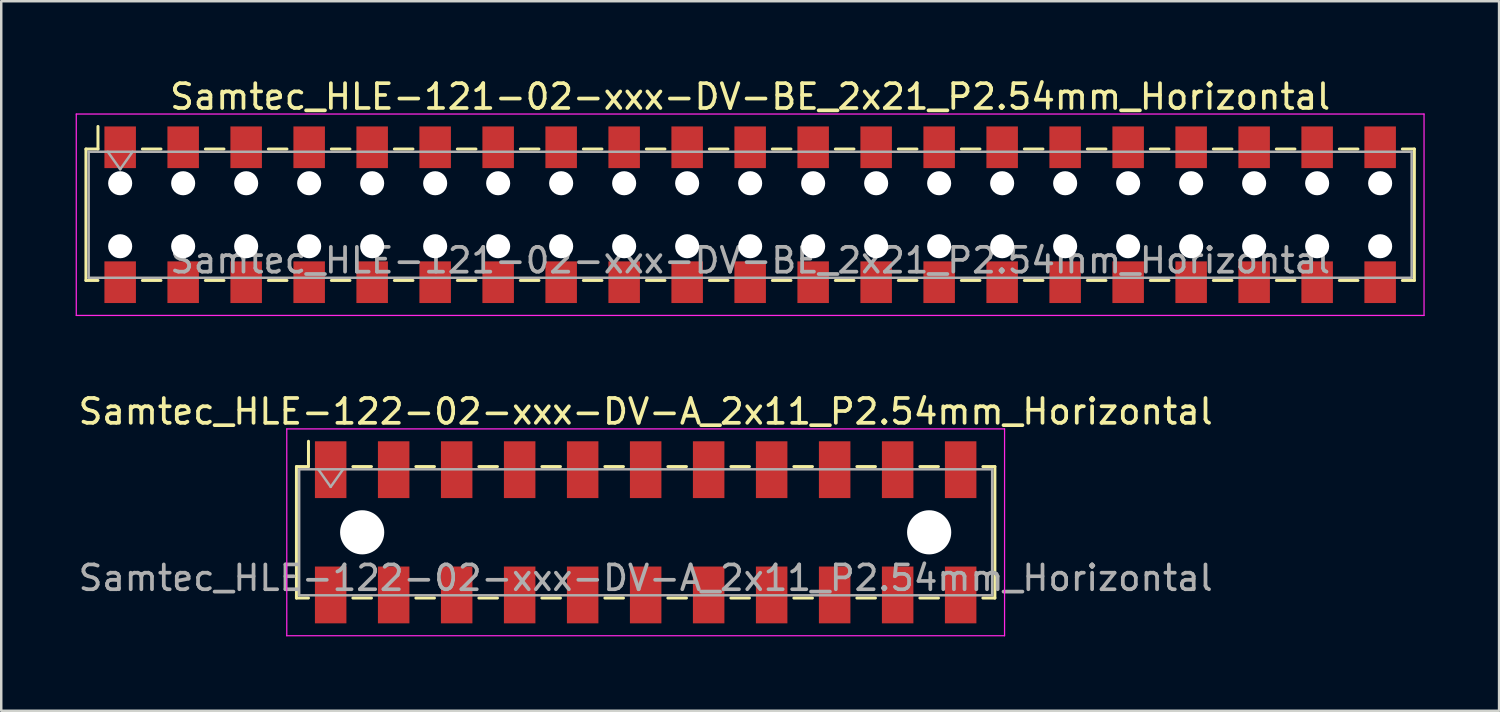
<source format=kicad_pcb>
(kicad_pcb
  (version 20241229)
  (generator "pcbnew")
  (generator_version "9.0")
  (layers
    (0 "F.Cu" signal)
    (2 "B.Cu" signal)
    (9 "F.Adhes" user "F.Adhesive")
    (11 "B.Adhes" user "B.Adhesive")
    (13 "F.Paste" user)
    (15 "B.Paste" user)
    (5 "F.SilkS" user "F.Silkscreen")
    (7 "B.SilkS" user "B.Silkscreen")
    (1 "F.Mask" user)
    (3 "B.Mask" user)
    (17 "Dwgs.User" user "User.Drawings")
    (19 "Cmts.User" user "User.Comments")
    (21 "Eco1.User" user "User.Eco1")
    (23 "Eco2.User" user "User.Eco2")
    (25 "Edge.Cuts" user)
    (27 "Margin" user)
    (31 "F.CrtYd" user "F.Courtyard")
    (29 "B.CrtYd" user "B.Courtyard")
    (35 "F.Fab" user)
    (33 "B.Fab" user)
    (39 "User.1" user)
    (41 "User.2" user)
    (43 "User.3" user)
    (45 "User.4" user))
  (footprint "Samtec_HLE-121-02-xxx-DV-BE_2x21_P2.54mm_Horizontal"
    (layer "F.Cu")
    (at 27.195 5.608)
    (property "Reference" "Samtec_HLE-121-02-xxx-DV-BE_2x21_P2.54mm_Horizontal" (at 0 -4.76 0) (layer "F.SilkS") (effects (font (size 1 1) (thickness 0.15))))
    (attr smd)
    (fp_line (start -26.78 -2.65) (end -26.78 2.65) (stroke (width 0.12) (type solid)) (layer "F.SilkS"))
    (fp_line (start -26.78 2.65) (end -26.295 2.65) (stroke (width 0.12) (type solid)) (layer "F.SilkS"))
    (fp_line (start -26.295 -3.56) (end -26.295 -2.65) (stroke (width 0.12) (type solid)) (layer "F.SilkS"))
    (fp_line (start -26.295 -2.65) (end -26.78 -2.65) (stroke (width 0.12) (type solid)) (layer "F.SilkS"))
    (fp_line (start -24.505 -2.65) (end -23.755 -2.65) (stroke (width 0.12) (type solid)) (layer "F.SilkS"))
    (fp_line (start -24.505 2.65) (end -23.755 2.65) (stroke (width 0.12) (type solid)) (layer "F.SilkS"))
    (fp_line (start -21.965 -2.65) (end -21.215 -2.65) (stroke (width 0.12) (type solid)) (layer "F.SilkS"))
    (fp_line (start -21.965 2.65) (end -21.215 2.65) (stroke (width 0.12) (type solid)) (layer "F.SilkS"))
    (fp_line (start -19.425 -2.65) (end -18.675 -2.65) (stroke (width 0.12) (type solid)) (layer "F.SilkS"))
    (fp_line (start -19.425 2.65) (end -18.675 2.65) (stroke (width 0.12) (type solid)) (layer "F.SilkS"))
    (fp_line (start -16.885 -2.65) (end -16.135 -2.65) (stroke (width 0.12) (type solid)) (layer "F.SilkS"))
    (fp_line (start -16.885 2.65) (end -16.135 2.65) (stroke (width 0.12) (type solid)) (layer "F.SilkS"))
    (fp_line (start -14.345 -2.65) (end -13.595 -2.65) (stroke (width 0.12) (type solid)) (layer "F.SilkS"))
    (fp_line (start -14.345 2.65) (end -13.595 2.65) (stroke (width 0.12) (type solid)) (layer "F.SilkS"))
    (fp_line (start -11.805 -2.65) (end -11.055 -2.65) (stroke (width 0.12) (type solid)) (layer "F.SilkS"))
    (fp_line (start -11.805 2.65) (end -11.055 2.65) (stroke (width 0.12) (type solid)) (layer "F.SilkS"))
    (fp_line (start -9.265 -2.65) (end -8.515 -2.65) (stroke (width 0.12) (type solid)) (layer "F.SilkS"))
    (fp_line (start -9.265 2.65) (end -8.515 2.65) (stroke (width 0.12) (type solid)) (layer "F.SilkS"))
    (fp_line (start -6.725 -2.65) (end -5.975 -2.65) (stroke (width 0.12) (type solid)) (layer "F.SilkS"))
    (fp_line (start -6.725 2.65) (end -5.975 2.65) (stroke (width 0.12) (type solid)) (layer "F.SilkS"))
    (fp_line (start -4.185 -2.65) (end -3.435 -2.65) (stroke (width 0.12) (type solid)) (layer "F.SilkS"))
    (fp_line (start -4.185 2.65) (end -3.435 2.65) (stroke (width 0.12) (type solid)) (layer "F.SilkS"))
    (fp_line (start -1.645 -2.65) (end -0.895 -2.65) (stroke (width 0.12) (type solid)) (layer "F.SilkS"))
    (fp_line (start -1.645 2.65) (end -0.895 2.65) (stroke (width 0.12) (type solid)) (layer "F.SilkS"))
    (fp_line (start 0.895 -2.65) (end 1.645 -2.65) (stroke (width 0.12) (type solid)) (layer "F.SilkS"))
    (fp_line (start 0.895 2.65) (end 1.645 2.65) (stroke (width 0.12) (type solid)) (layer "F.SilkS"))
    (fp_line (start 3.435 -2.65) (end 4.185 -2.65) (stroke (width 0.12) (type solid)) (layer "F.SilkS"))
    (fp_line (start 3.435 2.65) (end 4.185 2.65) (stroke (width 0.12) (type solid)) (layer "F.SilkS"))
    (fp_line (start 5.975 -2.65) (end 6.725 -2.65) (stroke (width 0.12) (type solid)) (layer "F.SilkS"))
    (fp_line (start 5.975 2.65) (end 6.725 2.65) (stroke (width 0.12) (type solid)) (layer "F.SilkS"))
    (fp_line (start 8.515 -2.65) (end 9.265 -2.65) (stroke (width 0.12) (type solid)) (layer "F.SilkS"))
    (fp_line (start 8.515 2.65) (end 9.265 2.65) (stroke (width 0.12) (type solid)) (layer "F.SilkS"))
    (fp_line (start 11.055 -2.65) (end 11.805 -2.65) (stroke (width 0.12) (type solid)) (layer "F.SilkS"))
    (fp_line (start 11.055 2.65) (end 11.805 2.65) (stroke (width 0.12) (type solid)) (layer "F.SilkS"))
    (fp_line (start 13.595 -2.65) (end 14.345 -2.65) (stroke (width 0.12) (type solid)) (layer "F.SilkS"))
    (fp_line (start 13.595 2.65) (end 14.345 2.65) (stroke (width 0.12) (type solid)) (layer "F.SilkS"))
    (fp_line (start 16.135 -2.65) (end 16.885 -2.65) (stroke (width 0.12) (type solid)) (layer "F.SilkS"))
    (fp_line (start 16.135 2.65) (end 16.885 2.65) (stroke (width 0.12) (type solid)) (layer "F.SilkS"))
    (fp_line (start 18.675 -2.65) (end 19.425 -2.65) (stroke (width 0.12) (type solid)) (layer "F.SilkS"))
    (fp_line (start 18.675 2.65) (end 19.425 2.65) (stroke (width 0.12) (type solid)) (layer "F.SilkS"))
    (fp_line (start 21.215 -2.65) (end 21.965 -2.65) (stroke (width 0.12) (type solid)) (layer "F.SilkS"))
    (fp_line (start 21.215 2.65) (end 21.965 2.65) (stroke (width 0.12) (type solid)) (layer "F.SilkS"))
    (fp_line (start 23.755 -2.65) (end 24.505 -2.65) (stroke (width 0.12) (type solid)) (layer "F.SilkS"))
    (fp_line (start 23.755 2.65) (end 24.505 2.65) (stroke (width 0.12) (type solid)) (layer "F.SilkS"))
    (fp_line (start 26.295 -2.65) (end 26.78 -2.65) (stroke (width 0.12) (type solid)) (layer "F.SilkS"))
    (fp_line (start 26.78 -2.65) (end 26.78 2.65) (stroke (width 0.12) (type solid)) (layer "F.SilkS"))
    (fp_line (start 26.78 2.65) (end 26.295 2.65) (stroke (width 0.12) (type solid)) (layer "F.SilkS"))
    (fp_line (start -27.17 -4.06) (end 27.17 -4.06) (stroke (width 0.05) (type solid)) (layer "F.CrtYd"))
    (fp_line (start -27.17 4.06) (end -27.17 -4.06) (stroke (width 0.05) (type solid)) (layer "F.CrtYd"))
    (fp_line (start 27.17 -4.06) (end 27.17 4.06) (stroke (width 0.05) (type solid)) (layer "F.CrtYd"))
    (fp_line (start 27.17 4.06) (end -27.17 4.06) (stroke (width 0.05) (type solid)) (layer "F.CrtYd"))
    (fp_line (start -26.67 -2.54) (end 26.67 -2.54) (stroke (width 0.1) (type solid)) (layer "F.Fab"))
    (fp_line (start -26.67 2.54) (end -26.67 -2.54) (stroke (width 0.1) (type solid)) (layer "F.Fab"))
    (fp_line (start -25.9 -2.54) (end -25.4 -1.833) (stroke (width 0.1) (type solid)) (layer "F.Fab"))
    (fp_line (start -25.4 -1.833) (end -24.9 -2.54) (stroke (width 0.1) (type solid)) (layer "F.Fab"))
    (fp_line (start 26.67 -2.54) (end 26.67 2.54) (stroke (width 0.1) (type solid)) (layer "F.Fab"))
    (fp_line (start 26.67 2.54) (end -26.67 2.54) (stroke (width 0.1) (type solid)) (layer "F.Fab"))
    (fp_text user "${REFERENCE}" (at 0 1.84 0) (layer "F.Fab") (effects (font (size 1 1) (thickness 0.15))))
    (pad "" np_thru_hole circle (at -25.4 -1.27) (size 0.97 0.97) (drill 0.97) (layers "*.Cu" "*.Mask"))
    (pad "" np_thru_hole circle (at -25.4 1.27) (size 0.97 0.97) (drill 0.97) (layers "*.Cu" "*.Mask"))
    (pad "" np_thru_hole circle (at -22.86 -1.27) (size 0.97 0.97) (drill 0.97) (layers "*.Cu" "*.Mask"))
    (pad "" np_thru_hole circle (at -22.86 1.27) (size 0.97 0.97) (drill 0.97) (layers "*.Cu" "*.Mask"))
    (pad "" np_thru_hole circle (at -20.32 -1.27) (size 0.97 0.97) (drill 0.97) (layers "*.Cu" "*.Mask"))
    (pad "" np_thru_hole circle (at -20.32 1.27) (size 0.97 0.97) (drill 0.97) (layers "*.Cu" "*.Mask"))
    (pad "" np_thru_hole circle (at -17.78 -1.27) (size 0.97 0.97) (drill 0.97) (layers "*.Cu" "*.Mask"))
    (pad "" np_thru_hole circle (at -17.78 1.27) (size 0.97 0.97) (drill 0.97) (layers "*.Cu" "*.Mask"))
    (pad "" np_thru_hole circle (at -15.24 -1.27) (size 0.97 0.97) (drill 0.97) (layers "*.Cu" "*.Mask"))
    (pad "" np_thru_hole circle (at -15.24 1.27) (size 0.97 0.97) (drill 0.97) (layers "*.Cu" "*.Mask"))
    (pad "" np_thru_hole circle (at -12.7 -1.27) (size 0.97 0.97) (drill 0.97) (layers "*.Cu" "*.Mask"))
    (pad "" np_thru_hole circle (at -12.7 1.27) (size 0.97 0.97) (drill 0.97) (layers "*.Cu" "*.Mask"))
    (pad "" np_thru_hole circle (at -10.16 -1.27) (size 0.97 0.97) (drill 0.97) (layers "*.Cu" "*.Mask"))
    (pad "" np_thru_hole circle (at -10.16 1.27) (size 0.97 0.97) (drill 0.97) (layers "*.Cu" "*.Mask"))
    (pad "" np_thru_hole circle (at -7.62 -1.27) (size 0.97 0.97) (drill 0.97) (layers "*.Cu" "*.Mask"))
    (pad "" np_thru_hole circle (at -7.62 1.27) (size 0.97 0.97) (drill 0.97) (layers "*.Cu" "*.Mask"))
    (pad "" np_thru_hole circle (at -5.08 -1.27) (size 0.97 0.97) (drill 0.97) (layers "*.Cu" "*.Mask"))
    (pad "" np_thru_hole circle (at -5.08 1.27) (size 0.97 0.97) (drill 0.97) (layers "*.Cu" "*.Mask"))
    (pad "" np_thru_hole circle (at -2.54 -1.27) (size 0.97 0.97) (drill 0.97) (layers "*.Cu" "*.Mask"))
    (pad "" np_thru_hole circle (at -2.54 1.27) (size 0.97 0.97) (drill 0.97) (layers "*.Cu" "*.Mask"))
    (pad "" np_thru_hole circle (at 0 -1.27) (size 0.97 0.97) (drill 0.97) (layers "*.Cu" "*.Mask"))
    (pad "" np_thru_hole circle (at 0 1.27) (size 0.97 0.97) (drill 0.97) (layers "*.Cu" "*.Mask"))
    (pad "" np_thru_hole circle (at 2.54 -1.27) (size 0.97 0.97) (drill 0.97) (layers "*.Cu" "*.Mask"))
    (pad "" np_thru_hole circle (at 2.54 1.27) (size 0.97 0.97) (drill 0.97) (layers "*.Cu" "*.Mask"))
    (pad "" np_thru_hole circle (at 5.08 -1.27) (size 0.97 0.97) (drill 0.97) (layers "*.Cu" "*.Mask"))
    (pad "" np_thru_hole circle (at 5.08 1.27) (size 0.97 0.97) (drill 0.97) (layers "*.Cu" "*.Mask"))
    (pad "" np_thru_hole circle (at 7.62 -1.27) (size 0.97 0.97) (drill 0.97) (layers "*.Cu" "*.Mask"))
    (pad "" np_thru_hole circle (at 7.62 1.27) (size 0.97 0.97) (drill 0.97) (layers "*.Cu" "*.Mask"))
    (pad "" np_thru_hole circle (at 10.16 -1.27) (size 0.97 0.97) (drill 0.97) (layers "*.Cu" "*.Mask"))
    (pad "" np_thru_hole circle (at 10.16 1.27) (size 0.97 0.97) (drill 0.97) (layers "*.Cu" "*.Mask"))
    (pad "" np_thru_hole circle (at 12.7 -1.27) (size 0.97 0.97) (drill 0.97) (layers "*.Cu" "*.Mask"))
    (pad "" np_thru_hole circle (at 12.7 1.27) (size 0.97 0.97) (drill 0.97) (layers "*.Cu" "*.Mask"))
    (pad "" np_thru_hole circle (at 15.24 -1.27) (size 0.97 0.97) (drill 0.97) (layers "*.Cu" "*.Mask"))
    (pad "" np_thru_hole circle (at 15.24 1.27) (size 0.97 0.97) (drill 0.97) (layers "*.Cu" "*.Mask"))
    (pad "" np_thru_hole circle (at 17.78 -1.27) (size 0.97 0.97) (drill 0.97) (layers "*.Cu" "*.Mask"))
    (pad "" np_thru_hole circle (at 17.78 1.27) (size 0.97 0.97) (drill 0.97) (layers "*.Cu" "*.Mask"))
    (pad "" np_thru_hole circle (at 20.32 -1.27) (size 0.97 0.97) (drill 0.97) (layers "*.Cu" "*.Mask"))
    (pad "" np_thru_hole circle (at 20.32 1.27) (size 0.97 0.97) (drill 0.97) (layers "*.Cu" "*.Mask"))
    (pad "" np_thru_hole circle (at 22.86 -1.27) (size 0.97 0.97) (drill 0.97) (layers "*.Cu" "*.Mask"))
    (pad "" np_thru_hole circle (at 22.86 1.27) (size 0.97 0.97) (drill 0.97) (layers "*.Cu" "*.Mask"))
    (pad "" np_thru_hole circle (at 25.4 -1.27) (size 0.97 0.97) (drill 0.97) (layers "*.Cu" "*.Mask"))
    (pad "" np_thru_hole circle (at 25.4 1.27) (size 0.97 0.97) (drill 0.97) (layers "*.Cu" "*.Mask"))
    (pad "1" smd rect (at -25.4 -2.72) (size 1.27 1.68) (layers "F.Cu" "F.Mask" "F.Paste"))
    (pad "2" smd rect (at -25.4 2.72) (size 1.27 1.68) (layers "F.Cu" "F.Mask" "F.Paste"))
    (pad "3" smd rect (at -22.86 -2.72) (size 1.27 1.68) (layers "F.Cu" "F.Mask" "F.Paste"))
    (pad "4" smd rect (at -22.86 2.72) (size 1.27 1.68) (layers "F.Cu" "F.Mask" "F.Paste"))
    (pad "5" smd rect (at -20.32 -2.72) (size 1.27 1.68) (layers "F.Cu" "F.Mask" "F.Paste"))
    (pad "6" smd rect (at -20.32 2.72) (size 1.27 1.68) (layers "F.Cu" "F.Mask" "F.Paste"))
    (pad "7" smd rect (at -17.78 -2.72) (size 1.27 1.68) (layers "F.Cu" "F.Mask" "F.Paste"))
    (pad "8" smd rect (at -17.78 2.72) (size 1.27 1.68) (layers "F.Cu" "F.Mask" "F.Paste"))
    (pad "9" smd rect (at -15.24 -2.72) (size 1.27 1.68) (layers "F.Cu" "F.Mask" "F.Paste"))
    (pad "10" smd rect (at -15.24 2.72) (size 1.27 1.68) (layers "F.Cu" "F.Mask" "F.Paste"))
    (pad "11" smd rect (at -12.7 -2.72) (size 1.27 1.68) (layers "F.Cu" "F.Mask" "F.Paste"))
    (pad "12" smd rect (at -12.7 2.72) (size 1.27 1.68) (layers "F.Cu" "F.Mask" "F.Paste"))
    (pad "13" smd rect (at -10.16 -2.72) (size 1.27 1.68) (layers "F.Cu" "F.Mask" "F.Paste"))
    (pad "14" smd rect (at -10.16 2.72) (size 1.27 1.68) (layers "F.Cu" "F.Mask" "F.Paste"))
    (pad "15" smd rect (at -7.62 -2.72) (size 1.27 1.68) (layers "F.Cu" "F.Mask" "F.Paste"))
    (pad "16" smd rect (at -7.62 2.72) (size 1.27 1.68) (layers "F.Cu" "F.Mask" "F.Paste"))
    (pad "17" smd rect (at -5.08 -2.72) (size 1.27 1.68) (layers "F.Cu" "F.Mask" "F.Paste"))
    (pad "18" smd rect (at -5.08 2.72) (size 1.27 1.68) (layers "F.Cu" "F.Mask" "F.Paste"))
    (pad "19" smd rect (at -2.54 -2.72) (size 1.27 1.68) (layers "F.Cu" "F.Mask" "F.Paste"))
    (pad "20" smd rect (at -2.54 2.72) (size 1.27 1.68) (layers "F.Cu" "F.Mask" "F.Paste"))
    (pad "21" smd rect (at 0 -2.72) (size 1.27 1.68) (layers "F.Cu" "F.Mask" "F.Paste"))
    (pad "22" smd rect (at 0 2.72) (size 1.27 1.68) (layers "F.Cu" "F.Mask" "F.Paste"))
    (pad "23" smd rect (at 2.54 -2.72) (size 1.27 1.68) (layers "F.Cu" "F.Mask" "F.Paste"))
    (pad "24" smd rect (at 2.54 2.72) (size 1.27 1.68) (layers "F.Cu" "F.Mask" "F.Paste"))
    (pad "25" smd rect (at 5.08 -2.72) (size 1.27 1.68) (layers "F.Cu" "F.Mask" "F.Paste"))
    (pad "26" smd rect (at 5.08 2.72) (size 1.27 1.68) (layers "F.Cu" "F.Mask" "F.Paste"))
    (pad "27" smd rect (at 7.62 -2.72) (size 1.27 1.68) (layers "F.Cu" "F.Mask" "F.Paste"))
    (pad "28" smd rect (at 7.62 2.72) (size 1.27 1.68) (layers "F.Cu" "F.Mask" "F.Paste"))
    (pad "29" smd rect (at 10.16 -2.72) (size 1.27 1.68) (layers "F.Cu" "F.Mask" "F.Paste"))
    (pad "30" smd rect (at 10.16 2.72) (size 1.27 1.68) (layers "F.Cu" "F.Mask" "F.Paste"))
    (pad "31" smd rect (at 12.7 -2.72) (size 1.27 1.68) (layers "F.Cu" "F.Mask" "F.Paste"))
    (pad "32" smd rect (at 12.7 2.72) (size 1.27 1.68) (layers "F.Cu" "F.Mask" "F.Paste"))
    (pad "33" smd rect (at 15.24 -2.72) (size 1.27 1.68) (layers "F.Cu" "F.Mask" "F.Paste"))
    (pad "34" smd rect (at 15.24 2.72) (size 1.27 1.68) (layers "F.Cu" "F.Mask" "F.Paste"))
    (pad "35" smd rect (at 17.78 -2.72) (size 1.27 1.68) (layers "F.Cu" "F.Mask" "F.Paste"))
    (pad "36" smd rect (at 17.78 2.72) (size 1.27 1.68) (layers "F.Cu" "F.Mask" "F.Paste"))
    (pad "37" smd rect (at 20.32 -2.72) (size 1.27 1.68) (layers "F.Cu" "F.Mask" "F.Paste"))
    (pad "38" smd rect (at 20.32 2.72) (size 1.27 1.68) (layers "F.Cu" "F.Mask" "F.Paste"))
    (pad "39" smd rect (at 22.86 -2.72) (size 1.27 1.68) (layers "F.Cu" "F.Mask" "F.Paste"))
    (pad "40" smd rect (at 22.86 2.72) (size 1.27 1.68) (layers "F.Cu" "F.Mask" "F.Paste"))
    (pad "41" smd rect (at 25.4 -2.72) (size 1.27 1.68) (layers "F.Cu" "F.Mask" "F.Paste"))
    (pad "42" smd rect (at 25.4 2.72) (size 1.27 1.68) (layers "F.Cu" "F.Mask" "F.Paste")))
  (footprint "Samtec_HLE-122-02-xxx-DV-A_2x11_P2.54mm_Horizontal"
    (layer "F.Cu")
    (at 22.982 18.412)
    (property "Reference" "Samtec_HLE-122-02-xxx-DV-A_2x11_P2.54mm_Horizontal" (at 0 -4.87 0) (layer "F.SilkS") (effects (font (size 1 1) (thickness 0.15))))
    (attr smd)
    (fp_line (start -14.08 -2.65) (end -14.08 2.65) (stroke (width 0.12) (type solid)) (layer "F.SilkS"))
    (fp_line (start -14.08 2.65) (end -13.595 2.65) (stroke (width 0.12) (type solid)) (layer "F.SilkS"))
    (fp_line (start -13.595 -3.67) (end -13.595 -2.65) (stroke (width 0.12) (type solid)) (layer "F.SilkS"))
    (fp_line (start -13.595 -2.65) (end -14.08 -2.65) (stroke (width 0.12) (type solid)) (layer "F.SilkS"))
    (fp_line (start -11.805 -2.65) (end -11.055 -2.65) (stroke (width 0.12) (type solid)) (layer "F.SilkS"))
    (fp_line (start -11.805 2.65) (end -11.055 2.65) (stroke (width 0.12) (type solid)) (layer "F.SilkS"))
    (fp_line (start -9.265 -2.65) (end -8.515 -2.65) (stroke (width 0.12) (type solid)) (layer "F.SilkS"))
    (fp_line (start -9.265 2.65) (end -8.515 2.65) (stroke (width 0.12) (type solid)) (layer "F.SilkS"))
    (fp_line (start -6.725 -2.65) (end -5.975 -2.65) (stroke (width 0.12) (type solid)) (layer "F.SilkS"))
    (fp_line (start -6.725 2.65) (end -5.975 2.65) (stroke (width 0.12) (type solid)) (layer "F.SilkS"))
    (fp_line (start -4.185 -2.65) (end -3.435 -2.65) (stroke (width 0.12) (type solid)) (layer "F.SilkS"))
    (fp_line (start -4.185 2.65) (end -3.435 2.65) (stroke (width 0.12) (type solid)) (layer "F.SilkS"))
    (fp_line (start -1.645 -2.65) (end -0.895 -2.65) (stroke (width 0.12) (type solid)) (layer "F.SilkS"))
    (fp_line (start -1.645 2.65) (end -0.895 2.65) (stroke (width 0.12) (type solid)) (layer "F.SilkS"))
    (fp_line (start 0.895 -2.65) (end 1.645 -2.65) (stroke (width 0.12) (type solid)) (layer "F.SilkS"))
    (fp_line (start 0.895 2.65) (end 1.645 2.65) (stroke (width 0.12) (type solid)) (layer "F.SilkS"))
    (fp_line (start 3.435 -2.65) (end 4.185 -2.65) (stroke (width 0.12) (type solid)) (layer "F.SilkS"))
    (fp_line (start 3.435 2.65) (end 4.185 2.65) (stroke (width 0.12) (type solid)) (layer "F.SilkS"))
    (fp_line (start 5.975 -2.65) (end 6.725 -2.65) (stroke (width 0.12) (type solid)) (layer "F.SilkS"))
    (fp_line (start 5.975 2.65) (end 6.725 2.65) (stroke (width 0.12) (type solid)) (layer "F.SilkS"))
    (fp_line (start 8.515 -2.65) (end 9.265 -2.65) (stroke (width 0.12) (type solid)) (layer "F.SilkS"))
    (fp_line (start 8.515 2.65) (end 9.265 2.65) (stroke (width 0.12) (type solid)) (layer "F.SilkS"))
    (fp_line (start 11.055 -2.65) (end 11.805 -2.65) (stroke (width 0.12) (type solid)) (layer "F.SilkS"))
    (fp_line (start 11.055 2.65) (end 11.805 2.65) (stroke (width 0.12) (type solid)) (layer "F.SilkS"))
    (fp_line (start 13.595 -2.65) (end 14.08 -2.65) (stroke (width 0.12) (type solid)) (layer "F.SilkS"))
    (fp_line (start 14.08 -2.65) (end 14.08 2.65) (stroke (width 0.12) (type solid)) (layer "F.SilkS"))
    (fp_line (start 14.08 2.65) (end 13.595 2.65) (stroke (width 0.12) (type solid)) (layer "F.SilkS"))
    (fp_line (start -14.47 -4.17) (end 14.47 -4.17) (stroke (width 0.05) (type solid)) (layer "F.CrtYd"))
    (fp_line (start -14.47 4.17) (end -14.47 -4.17) (stroke (width 0.05) (type solid)) (layer "F.CrtYd"))
    (fp_line (start 14.47 -4.17) (end 14.47 4.17) (stroke (width 0.05) (type solid)) (layer "F.CrtYd"))
    (fp_line (start 14.47 4.17) (end -14.47 4.17) (stroke (width 0.05) (type solid)) (layer "F.CrtYd"))
    (fp_line (start -13.97 -2.54) (end 13.97 -2.54) (stroke (width 0.1) (type solid)) (layer "F.Fab"))
    (fp_line (start -13.97 2.54) (end -13.97 -2.54) (stroke (width 0.1) (type solid)) (layer "F.Fab"))
    (fp_line (start -13.2 -2.54) (end -12.7 -1.833) (stroke (width 0.1) (type solid)) (layer "F.Fab"))
    (fp_line (start -12.7 -1.833) (end -12.2 -2.54) (stroke (width 0.1) (type solid)) (layer "F.Fab"))
    (fp_line (start 13.97 -2.54) (end 13.97 2.54) (stroke (width 0.1) (type solid)) (layer "F.Fab"))
    (fp_line (start 13.97 2.54) (end -13.97 2.54) (stroke (width 0.1) (type solid)) (layer "F.Fab"))
    (fp_text user "${REFERENCE}" (at 0 1.84 0) (layer "F.Fab") (effects (font (size 1 1) (thickness 0.15))))
    (pad "" np_thru_hole circle (at -11.43 0) (size 1.78 1.78) (drill 1.78) (layers "*.Cu" "*.Mask"))
    (pad "" np_thru_hole circle (at 11.43 0) (size 1.78 1.78) (drill 1.78) (layers "*.Cu" "*.Mask"))
    (pad "1" smd rect (at -12.7 -2.525) (size 1.27 2.29) (layers "F.Cu" "F.Mask" "F.Paste"))
    (pad "2" smd rect (at -12.7 2.525) (size 1.27 2.29) (layers "F.Cu" "F.Mask" "F.Paste"))
    (pad "3" smd rect (at -10.16 -2.525) (size 1.27 2.29) (layers "F.Cu" "F.Mask" "F.Paste"))
    (pad "4" smd rect (at -10.16 2.525) (size 1.27 2.29) (layers "F.Cu" "F.Mask" "F.Paste"))
    (pad "5" smd rect (at -7.62 -2.525) (size 1.27 2.29) (layers "F.Cu" "F.Mask" "F.Paste"))
    (pad "6" smd rect (at -7.62 2.525) (size 1.27 2.29) (layers "F.Cu" "F.Mask" "F.Paste"))
    (pad "7" smd rect (at -5.08 -2.525) (size 1.27 2.29) (layers "F.Cu" "F.Mask" "F.Paste"))
    (pad "8" smd rect (at -5.08 2.525) (size 1.27 2.29) (layers "F.Cu" "F.Mask" "F.Paste"))
    (pad "9" smd rect (at -2.54 -2.525) (size 1.27 2.29) (layers "F.Cu" "F.Mask" "F.Paste"))
    (pad "10" smd rect (at -2.54 2.525) (size 1.27 2.29) (layers "F.Cu" "F.Mask" "F.Paste"))
    (pad "11" smd rect (at 0 -2.525) (size 1.27 2.29) (layers "F.Cu" "F.Mask" "F.Paste"))
    (pad "12" smd rect (at 0 2.525) (size 1.27 2.29) (layers "F.Cu" "F.Mask" "F.Paste"))
    (pad "13" smd rect (at 2.54 -2.525) (size 1.27 2.29) (layers "F.Cu" "F.Mask" "F.Paste"))
    (pad "14" smd rect (at 2.54 2.525) (size 1.27 2.29) (layers "F.Cu" "F.Mask" "F.Paste"))
    (pad "15" smd rect (at 5.08 -2.525) (size 1.27 2.29) (layers "F.Cu" "F.Mask" "F.Paste"))
    (pad "16" smd rect (at 5.08 2.525) (size 1.27 2.29) (layers "F.Cu" "F.Mask" "F.Paste"))
    (pad "17" smd rect (at 7.62 -2.525) (size 1.27 2.29) (layers "F.Cu" "F.Mask" "F.Paste"))
    (pad "18" smd rect (at 7.62 2.525) (size 1.27 2.29) (layers "F.Cu" "F.Mask" "F.Paste"))
    (pad "19" smd rect (at 10.16 -2.525) (size 1.27 2.29) (layers "F.Cu" "F.Mask" "F.Paste"))
    (pad "20" smd rect (at 10.16 2.525) (size 1.27 2.29) (layers "F.Cu" "F.Mask" "F.Paste"))
    (pad "21" smd rect (at 12.7 -2.525) (size 1.27 2.29) (layers "F.Cu" "F.Mask" "F.Paste"))
    (pad "22" smd rect (at 12.7 2.525) (size 1.27 2.29) (layers "F.Cu" "F.Mask" "F.Paste")))
  (gr_rect
    (start -3 -3)
    (end 57.39 25.607)
    (stroke (width 0.1) (type default))
    (fill no)
    (layer "Edge.Cuts")))
</source>
